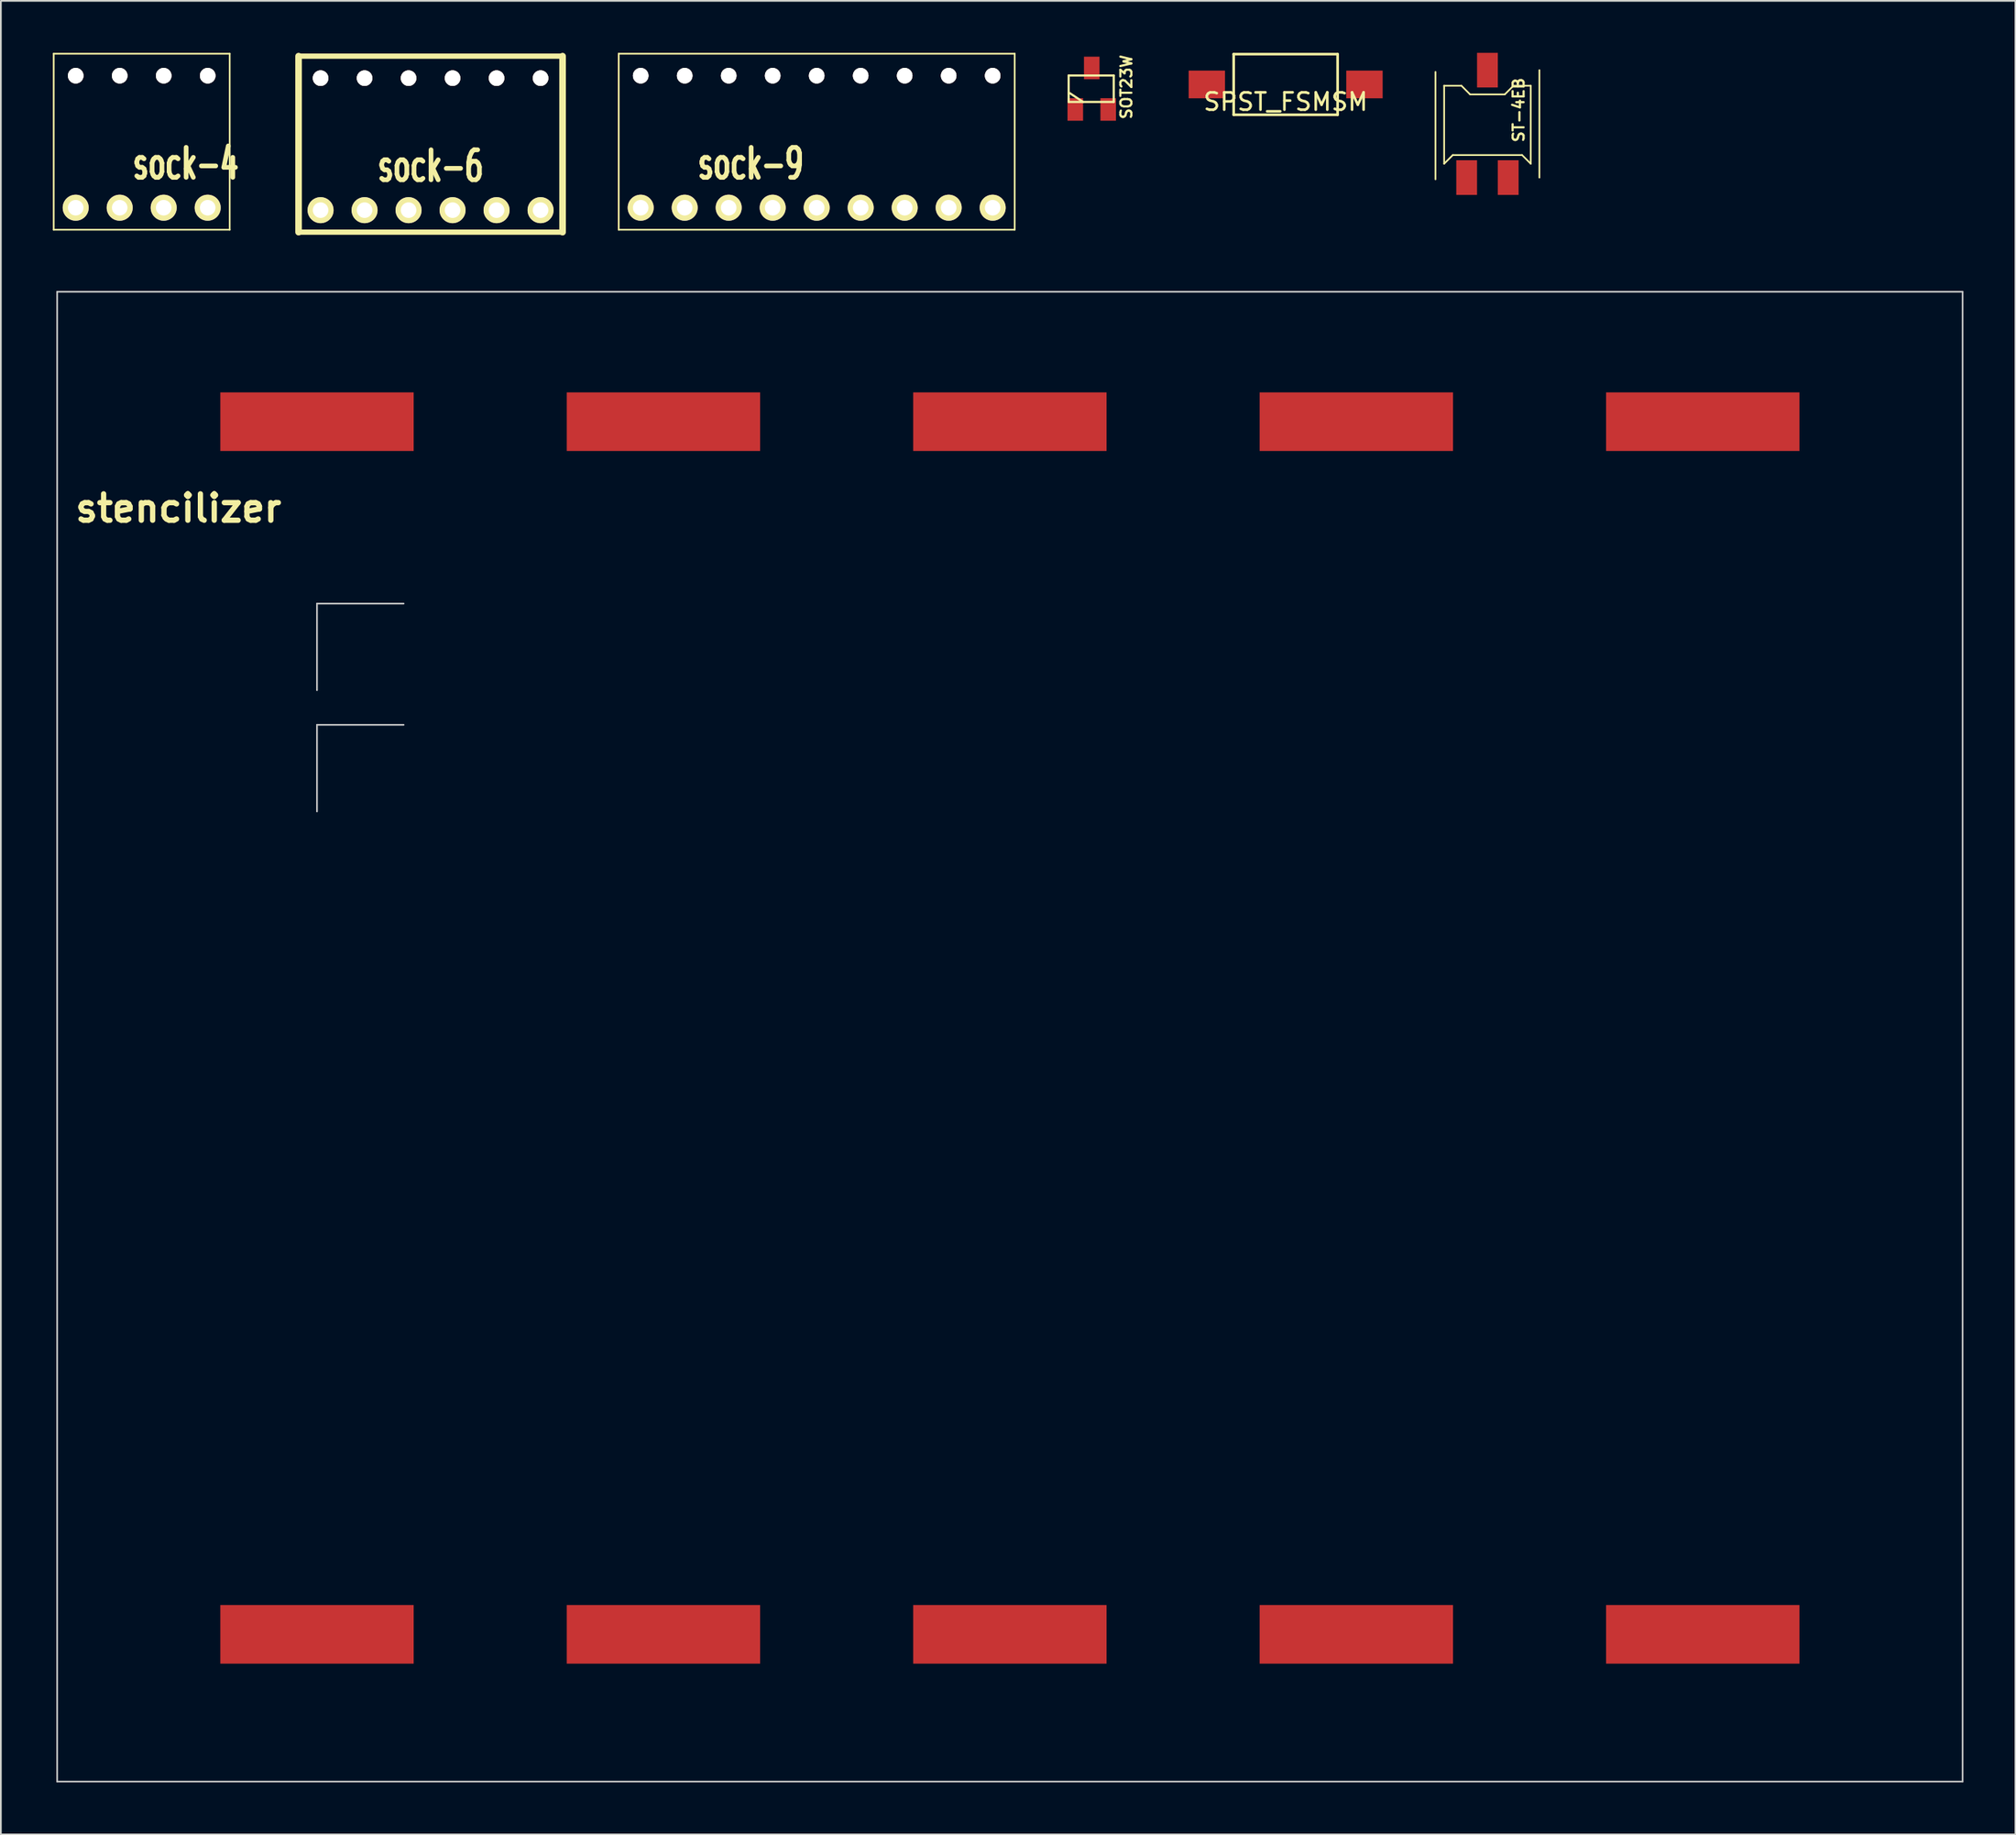
<source format=kicad_pcb>
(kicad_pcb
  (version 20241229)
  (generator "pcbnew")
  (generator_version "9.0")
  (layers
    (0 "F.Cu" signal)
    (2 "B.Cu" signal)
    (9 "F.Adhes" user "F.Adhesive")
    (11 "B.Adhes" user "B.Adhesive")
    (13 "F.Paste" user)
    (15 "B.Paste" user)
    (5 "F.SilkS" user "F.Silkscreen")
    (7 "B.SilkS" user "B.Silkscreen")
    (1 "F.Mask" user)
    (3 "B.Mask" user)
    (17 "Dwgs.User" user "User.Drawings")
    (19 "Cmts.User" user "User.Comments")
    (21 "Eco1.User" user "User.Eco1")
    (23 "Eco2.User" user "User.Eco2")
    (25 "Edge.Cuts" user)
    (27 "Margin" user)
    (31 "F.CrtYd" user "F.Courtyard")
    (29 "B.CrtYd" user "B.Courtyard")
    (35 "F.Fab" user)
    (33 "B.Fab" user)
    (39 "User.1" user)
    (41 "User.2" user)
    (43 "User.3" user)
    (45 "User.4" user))
  (footprint "sock-6"
    (layer "F.Cu")
    (at 21.807 9.081)
    (property "Reference" "sock-6" (at 0 -2.54 0) (layer "F.SilkS") (effects (font (size 1.73 1.087) (thickness 0.272))))
    (attr through_hole)
    (fp_line (start -7.62 -8.89) (end -7.62 1.27) (stroke (width 0.381) (type solid)) (layer "F.SilkS"))
    (fp_line (start -7.62 -8.89) (end 7.62 -8.89) (stroke (width 0.305) (type solid)) (layer "F.SilkS"))
    (fp_line (start 7.62 -8.89) (end 7.62 1.27) (stroke (width 0.381) (type solid)) (layer "F.SilkS"))
    (fp_line (start 7.62 1.27) (end -7.62 1.27) (stroke (width 0.305) (type solid)) (layer "F.SilkS"))
    (pad "" thru_hole circle (at -6.35 -7.62) (size 0.899 0.899) (drill 0.899) (layers "*.Cu" "*.Mask" "F.SilkS"))
    (pad "" thru_hole circle (at -3.81 -7.62) (size 0.899 0.899) (drill 0.899) (layers "*.Cu" "*.Mask" "F.SilkS"))
    (pad "" thru_hole circle (at -1.27 -7.62) (size 0.899 0.899) (drill 0.899) (layers "*.Cu" "*.Mask" "F.SilkS"))
    (pad "" thru_hole circle (at 1.27 -7.62) (size 0.899 0.899) (drill 0.899) (layers "*.Cu" "*.Mask" "F.SilkS"))
    (pad "" thru_hole circle (at 3.81 -7.62) (size 0.899 0.899) (drill 0.899) (layers "*.Cu" "*.Mask" "F.SilkS"))
    (pad "" thru_hole circle (at 6.35 -7.62) (size 0.899 0.899) (drill 0.899) (layers "*.Cu" "*.Mask" "F.SilkS"))
    (pad "1" thru_hole circle (at -6.35 0) (size 1.501 1.501) (drill 0.899) (layers "*.Cu" "*.Mask" "F.SilkS"))
    (pad "2" thru_hole circle (at -3.81 0) (size 1.501 1.501) (drill 0.899) (layers "*.Cu" "*.Mask" "F.SilkS"))
    (pad "3" thru_hole circle (at -1.27 0) (size 1.501 1.501) (drill 0.899) (layers "*.Cu" "*.Mask" "F.SilkS"))
    (pad "4" thru_hole circle (at 1.27 0) (size 1.501 1.501) (drill 0.899) (layers "*.Cu" "*.Mask" "F.SilkS"))
    (pad "5" thru_hole circle (at 3.81 0) (size 1.501 1.501) (drill 0.899) (layers "*.Cu" "*.Mask" "F.SilkS"))
    (pad "6" thru_hole circle (at 6.35 0) (size 1.501 1.501) (drill 0.899) (layers "*.Cu" "*.Mask" "F.SilkS")))
  (footprint "SOT23W"
    (layer "F.Cu")
    (at 59.976 2.071)
    (property "Reference" "SOT23W" (at 1.999 -0.099 90) (layer "F.SilkS") (effects (font (size 0.635 0.635) (thickness 0.127))))
    (attr through_hole)
    (fp_line (start -1.333 -0.762) (end 1.27 -0.762) (stroke (width 0.127) (type solid)) (layer "F.SilkS"))
    (fp_line (start -1.333 0.762) (end -1.333 -0.762) (stroke (width 0.127) (type solid)) (layer "F.SilkS"))
    (fp_line (start -0.508 0.762) (end -1.27 0.254) (stroke (width 0.127) (type solid)) (layer "F.SilkS"))
    (fp_line (start 1.27 -0.762) (end 1.27 0.762) (stroke (width 0.127) (type solid)) (layer "F.SilkS"))
    (fp_line (start 1.27 0.762) (end -1.333 0.762) (stroke (width 0.127) (type solid)) (layer "F.SilkS"))
    (pad "1" smd rect (at -0.95 1.199) (size 0.899 1.3) (layers "F.Cu" "F.Mask" "F.Paste"))
    (pad "2" smd rect (at 0 -1.199) (size 0.899 1.3) (layers "F.Cu" "F.Mask" "F.Paste"))
    (pad "3" smd rect (at 0.95 1.199) (size 0.899 1.3) (layers "F.Cu" "F.Mask" "F.Paste")))
  (footprint "ST-4EB"
    (layer "F.Cu")
    (at 82.819 6.4)
    (property "Reference" "ST-4EB" (at 1.801 -3.099 90) (layer "F.SilkS") (effects (font (size 0.635 0.635) (thickness 0.127))))
    (attr through_hole)
    (fp_line (start -3 0.902) (end -3 -5.298) (stroke (width 0.099) (type solid)) (layer "F.SilkS"))
    (fp_line (start -2.499 -4.501) (end -2.499 0) (stroke (width 0.099) (type solid)) (layer "F.SilkS"))
    (fp_line (start -2.499 -4.501) (end -1.501 -4.501) (stroke (width 0.099) (type solid)) (layer "F.SilkS"))
    (fp_line (start -2.499 0) (end -1.999 -0.5) (stroke (width 0.099) (type solid)) (layer "F.SilkS"))
    (fp_line (start -1.999 -0.5) (end 1.999 -0.5) (stroke (width 0.099) (type solid)) (layer "F.SilkS"))
    (fp_line (start -1.501 -4.501) (end -1.001 -4) (stroke (width 0.099) (type solid)) (layer "F.SilkS"))
    (fp_line (start -1.001 -4) (end 1.001 -4) (stroke (width 0.099) (type solid)) (layer "F.SilkS"))
    (fp_line (start 1.001 -4) (end 1.501 -4.501) (stroke (width 0.099) (type solid)) (layer "F.SilkS"))
    (fp_line (start 1.501 -4.501) (end 2.499 -4.501) (stroke (width 0.099) (type solid)) (layer "F.SilkS"))
    (fp_line (start 1.999 -0.5) (end 2.499 0) (stroke (width 0.099) (type solid)) (layer "F.SilkS"))
    (fp_line (start 2.499 0) (end 2.499 -4.501) (stroke (width 0.099) (type solid)) (layer "F.SilkS"))
    (fp_line (start 3 0.8) (end 3 -5.4) (stroke (width 0.099) (type solid)) (layer "F.SilkS"))
    (pad "1" smd rect (at 1.199 0.8) (size 1.199 1.999) (layers "F.Cu" "F.Mask" "F.Paste"))
    (pad "2" smd rect (at 0 -5.4) (size 1.199 1.999) (layers "F.Cu" "F.Mask" "F.Paste"))
    (pad "3" smd rect (at -1.199 0.8) (size 1.199 1.999) (layers "F.Cu" "F.Mask" "F.Paste")))
  (footprint "SPST_FSMSM"
    (layer "F.Cu")
    (at 71.17 1.825)
    (property "Reference" "SPST_FSMSM" (at 0 1 0) (layer "F.SilkS") (effects (font (size 1 1) (thickness 0.15))))
    (attr through_hole)
    (fp_line (start -3 -1.75) (end 3 -1.75) (stroke (width 0.15) (type solid)) (layer "F.SilkS"))
    (fp_line (start -3 1.75) (end -3 -1.75) (stroke (width 0.15) (type solid)) (layer "F.SilkS"))
    (fp_line (start 3 -1.75) (end 3 1.75) (stroke (width 0.15) (type solid)) (layer "F.SilkS"))
    (fp_line (start 3 1.75) (end -3 1.75) (stroke (width 0.15) (type solid)) (layer "F.SilkS"))
    (pad "1" smd rect (at -4.55 0) (size 2.1 1.6) (layers "F.Cu" "F.Mask" "F.Paste"))
    (pad "2" smd rect (at 4.55 0) (size 2.1 1.6) (layers "F.Cu" "F.Mask" "F.Paste")))
  (footprint "sock-4"
    (layer "F.Cu")
    (at 7.67 8.94)
    (property "Reference" "sock-4" (at 0 -2.54 0) (layer "F.SilkS") (effects (font (size 1.73 1.087) (thickness 0.272))))
    (attr through_hole)
    (fp_line (start -7.62 -8.89) (end -7.62 1.27) (stroke (width 0.099) (type solid)) (layer "F.SilkS"))
    (fp_line (start -7.62 -8.89) (end 2.54 -8.89) (stroke (width 0.099) (type solid)) (layer "F.SilkS"))
    (fp_line (start -7.62 1.27) (end 2.54 1.27) (stroke (width 0.099) (type solid)) (layer "F.SilkS"))
    (fp_line (start 2.54 -8.89) (end 2.54 1.27) (stroke (width 0.099) (type solid)) (layer "F.SilkS"))
    (pad "" thru_hole circle (at -6.35 -7.62) (size 0.899 0.899) (drill 0.899) (layers "*.Cu" "*.Mask" "F.SilkS"))
    (pad "" thru_hole circle (at -3.81 -7.62) (size 0.899 0.899) (drill 0.899) (layers "*.Cu" "*.Mask" "F.SilkS"))
    (pad "" thru_hole circle (at -1.27 -7.62) (size 0.899 0.899) (drill 0.899) (layers "*.Cu" "*.Mask" "F.SilkS"))
    (pad "" thru_hole circle (at 1.27 -7.62) (size 0.899 0.899) (drill 0.899) (layers "*.Cu" "*.Mask" "F.SilkS"))
    (pad "1" thru_hole circle (at -6.35 0) (size 1.501 1.501) (drill 0.899) (layers "*.Cu" "*.Mask" "F.SilkS"))
    (pad "2" thru_hole circle (at -3.81 0) (size 1.501 1.501) (drill 0.899) (layers "*.Cu" "*.Mask" "F.SilkS"))
    (pad "3" thru_hole circle (at -1.27 0) (size 1.501 1.501) (drill 0.899) (layers "*.Cu" "*.Mask" "F.SilkS"))
    (pad "4" thru_hole circle (at 1.27 0) (size 1.501 1.501) (drill 0.899) (layers "*.Cu" "*.Mask" "F.SilkS")))
  (footprint "sock-9"
    (layer "F.Cu")
    (at 40.287 8.94)
    (property "Reference" "sock-9" (at 0 -2.54 0) (layer "F.SilkS") (effects (font (size 1.73 1.087) (thickness 0.272))))
    (attr through_hole)
    (fp_line (start -7.62 -8.89) (end -7.62 1.27) (stroke (width 0.099) (type solid)) (layer "F.SilkS"))
    (fp_line (start -7.62 -8.89) (end 15.24 -8.89) (stroke (width 0.099) (type solid)) (layer "F.SilkS"))
    (fp_line (start -7.62 1.27) (end 15.24 1.27) (stroke (width 0.099) (type solid)) (layer "F.SilkS"))
    (fp_line (start 15.24 -8.89) (end 15.24 1.27) (stroke (width 0.099) (type solid)) (layer "F.SilkS"))
    (pad "" thru_hole circle (at -6.35 -7.62) (size 0.899 0.899) (drill 0.899) (layers "*.Cu" "*.Mask" "F.SilkS"))
    (pad "" thru_hole circle (at -3.81 -7.62) (size 0.899 0.899) (drill 0.899) (layers "*.Cu" "*.Mask" "F.SilkS"))
    (pad "" thru_hole circle (at -1.27 -7.62) (size 0.899 0.899) (drill 0.899) (layers "*.Cu" "*.Mask" "F.SilkS"))
    (pad "" thru_hole circle (at 1.27 -7.62) (size 0.899 0.899) (drill 0.899) (layers "*.Cu" "*.Mask" "F.SilkS"))
    (pad "" thru_hole circle (at 3.81 -7.62) (size 0.899 0.899) (drill 0.899) (layers "*.Cu" "*.Mask" "F.SilkS"))
    (pad "" thru_hole circle (at 6.35 -7.62) (size 0.899 0.899) (drill 0.899) (layers "*.Cu" "*.Mask" "F.SilkS"))
    (pad "" thru_hole circle (at 8.89 -7.62) (size 0.899 0.899) (drill 0.899) (layers "*.Cu" "*.Mask" "F.SilkS"))
    (pad "" thru_hole circle (at 11.43 -7.62) (size 0.899 0.899) (drill 0.899) (layers "*.Cu" "*.Mask" "F.SilkS"))
    (pad "" thru_hole circle (at 13.97 -7.62) (size 0.899 0.899) (drill 0.899) (layers "*.Cu" "*.Mask" "F.SilkS"))
    (pad "1" thru_hole circle (at -6.35 0) (size 1.501 1.501) (drill 0.899) (layers "*.Cu" "*.Mask" "F.SilkS"))
    (pad "2" thru_hole circle (at -3.81 0) (size 1.501 1.501) (drill 0.899) (layers "*.Cu" "*.Mask" "F.SilkS"))
    (pad "3" thru_hole circle (at -1.27 0) (size 1.501 1.501) (drill 0.899) (layers "*.Cu" "*.Mask" "F.SilkS"))
    (pad "4" thru_hole circle (at 1.27 0) (size 1.501 1.501) (drill 0.899) (layers "*.Cu" "*.Mask" "F.SilkS"))
    (pad "5" thru_hole circle (at 3.81 0) (size 1.501 1.501) (drill 0.899) (layers "*.Cu" "*.Mask" "F.SilkS"))
    (pad "6" thru_hole circle (at 6.35 0) (size 1.501 1.501) (drill 0.899) (layers "*.Cu" "*.Mask" "F.SilkS"))
    (pad "7" thru_hole circle (at 8.89 0) (size 1.501 1.501) (drill 0.899) (layers "*.Cu" "*.Mask" "F.SilkS"))
    (pad "8" thru_hole circle (at 11.43 0) (size 1.501 1.501) (drill 0.899) (layers "*.Cu" "*.Mask" "F.SilkS"))
    (pad "9" thru_hole circle (at 13.97 0) (size 1.501 1.501) (drill 0.899) (layers "*.Cu" "*.Mask" "F.SilkS")))
  (footprint "stencilizer"
    (layer "F.Cu")
    (at 0.25 13.791)
    (property "Reference" "stencilizer" (at 7 12.5 0) (layer "F.SilkS") (effects (font (size 1.524 1.524) (thickness 0.305))))
    (attr through_hole)
    (fp_line (start 0 0) (end 0 86) (stroke (width 0.1) (type solid)) (layer "Dwgs.User"))
    (fp_line (start 0 86) (end 110 86) (stroke (width 0.1) (type solid)) (layer "Dwgs.User"))
    (fp_line (start 15 18) (end 15 23) (stroke (width 0.1) (type solid)) (layer "Dwgs.User"))
    (fp_line (start 15 18) (end 20 18) (stroke (width 0.1) (type solid)) (layer "Dwgs.User"))
    (fp_line (start 15 25) (end 15 30) (stroke (width 0.1) (type solid)) (layer "Dwgs.User"))
    (fp_line (start 15 25) (end 20 25) (stroke (width 0.1) (type solid)) (layer "Dwgs.User"))
    (fp_line (start 110 0) (end 0 0) (stroke (width 0.1) (type solid)) (layer "Dwgs.User"))
    (fp_line (start 110 86) (end 110 0) (stroke (width 0.1) (type solid)) (layer "Dwgs.User"))
    (pad "" smd rect (at 15 7.5) (size 11.161 3.383) (layers "F.Cu" "F.Mask" "F.Paste"))
    (pad "" smd rect (at 15 77.5) (size 11.161 3.383) (layers "F.Cu" "F.Mask" "F.Paste"))
    (pad "" smd rect (at 35 7.5) (size 11.161 3.383) (layers "F.Cu" "F.Mask" "F.Paste"))
    (pad "" smd rect (at 35 77.5) (size 11.161 3.383) (layers "F.Cu" "F.Mask" "F.Paste"))
    (pad "" smd rect (at 55 7.5) (size 11.161 3.383) (layers "F.Cu" "F.Mask" "F.Paste"))
    (pad "" smd rect (at 55 77.5) (size 11.161 3.383) (layers "F.Cu" "F.Mask" "F.Paste"))
    (pad "" smd rect (at 75 7.5) (size 11.161 3.383) (layers "F.Cu" "F.Mask" "F.Paste"))
    (pad "" smd rect (at 75 77.5) (size 11.161 3.383) (layers "F.Cu" "F.Mask" "F.Paste"))
    (pad "" smd rect (at 95 7.5) (size 11.161 3.383) (layers "F.Cu" "F.Mask" "F.Paste"))
    (pad "" smd rect (at 95 77.5) (size 11.161 3.383) (layers "F.Cu" "F.Mask" "F.Paste")))
  (gr_rect
    (start -3 -3)
    (end 113.3 102.841)
    (stroke (width 0.1) (type default))
    (fill no)
    (layer "Edge.Cuts")))
</source>
